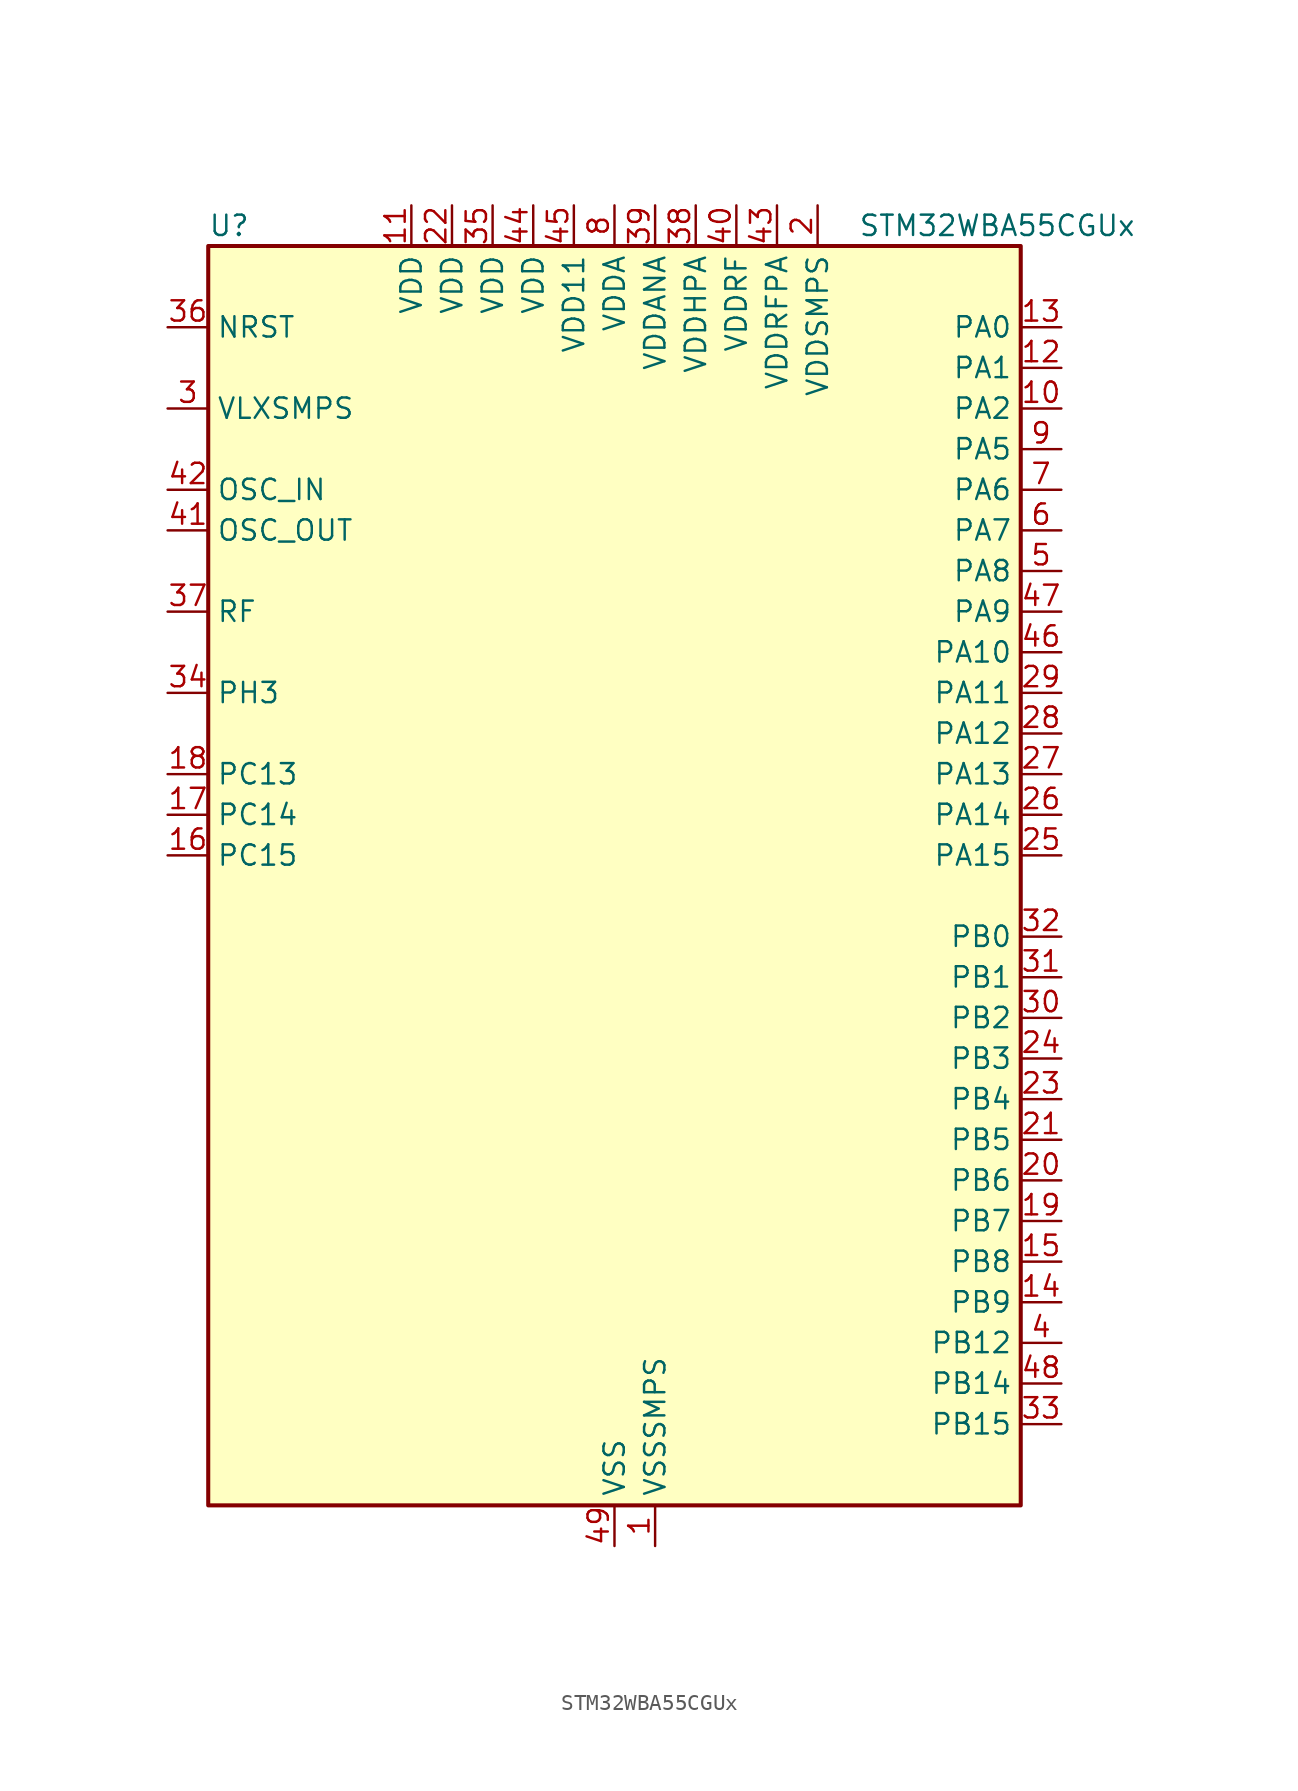
<source format=kicad_sym>
(kicad_symbol_lib
  (version 20231120)
  (generator "kicad-library-utils")
  (generator_version "8.0")
  (symbol "STM32WBA55CGUx"
    (property "Reference" "U"
      (at -25.4 41.91 0)
      (effects (font (size 1.27 1.27)) (justify left)))
    (property "Value" "STM32WBA55CGUx"
      (at 15.24 41.91 0)
      (effects (font (size 1.27 1.27)) (justify left)))
    (symbol "STM32WBA55CGUx_0_1"
      (rectangle (start -25.4 -38.1) (end 25.4 40.64) (stroke (width 0.254) (type default)) (fill (type background))))
    (symbol "STM32WBA55CGUx_1_1"
      (pin power_in line (at 2.54 -40.64 90) (length 2.54) (name "VSSSMPS" (effects (font (size 1.27 1.27)))) (number "1" (effects (font (size 1.27 1.27)))))
      (pin bidirectional line (at 27.94 30.48 180) (length 2.54) (name "PA2" (effects (font (size 1.27 1.27)))) (number "10" (effects (font (size 1.27 1.27)))) (alternate "ADC4_IN7" bidirectional line) (alternate "COMP1_INP" bidirectional line) (alternate "LPUART1_TX" bidirectional line) (alternate "PWR_WKUP4" bidirectional line) (alternate "RCC_LSCO" bidirectional line) (alternate "SAI1_D1" bidirectional line) (alternate "TIM16_CH1" bidirectional line) (alternate "TIM1_BKIN" bidirectional line) (alternate "TIM3_CH1" bidirectional line) (alternate "TSC_G4_IO4" bidirectional line) (alternate "USART1_DE" bidirectional line) (alternate "USART1_RTS" bidirectional line))
      (pin power_in line (at -12.7 43.18 270) (length 2.54) (name "VDD" (effects (font (size 1.27 1.27)))) (number "11" (effects (font (size 1.27 1.27)))))
      (pin bidirectional line (at 27.94 33.02 180) (length 2.54) (name "PA1" (effects (font (size 1.27 1.27)))) (number "12" (effects (font (size 1.27 1.27)))) (alternate "ADC4_IN8" bidirectional line) (alternate "COMP1_INM" bidirectional line) (alternate "LPTIM2_CH2" bidirectional line) (alternate "LPUART1_RX" bidirectional line) (alternate "PWR_WKUP3" bidirectional line) (alternate "SAI1_CK1" bidirectional line) (alternate "SPI1_RDY" bidirectional line) (alternate "TIM17_CH1" bidirectional line) (alternate "TIM1_CH1N" bidirectional line) (alternate "TIM3_CH2" bidirectional line) (alternate "TSC_G2_IO1" bidirectional line) (alternate "USART1_CK" bidirectional line))
      (pin bidirectional line (at 27.94 35.56 180) (length 2.54) (name "PA0" (effects (font (size 1.27 1.27)))) (number "13" (effects (font (size 1.27 1.27)))) (alternate "ADC4_IN9" bidirectional line) (alternate "COMP2_INP" bidirectional line) (alternate "LPTIM1_IN1" bidirectional line) (alternate "LPUART1_CTS" bidirectional line) (alternate "PWR_WKUP1" bidirectional line) (alternate "SPI3_SCK" bidirectional line) (alternate "TIM1_CH2N" bidirectional line) (alternate "TIM3_CH3" bidirectional line) (alternate "TIM3_ETR" bidirectional line) (alternate "TSC_G2_IO2" bidirectional line))
      (pin bidirectional line (at 27.94 -25.4 180) (length 2.54) (name "PB9" (effects (font (size 1.27 1.27)))) (number "14" (effects (font (size 1.27 1.27)))) (alternate "ADC4_IN10" bidirectional line) (alternate "COMP2_INM" bidirectional line) (alternate "IR_OUT" bidirectional line) (alternate "LPTIM2_IN1" bidirectional line) (alternate "LPUART1_DE" bidirectional line) (alternate "LPUART1_RTS" bidirectional line) (alternate "PWR_WKUP8" bidirectional line) (alternate "SPI3_MISO" bidirectional line) (alternate "TIM16_CH1" bidirectional line) (alternate "TIM1_CH3N" bidirectional line) (alternate "TIM3_CH4" bidirectional line) (alternate "TSC_G2_IO3" bidirectional line))
      (pin bidirectional line (at 27.94 -22.86 180) (length 2.54) (name "PB8" (effects (font (size 1.27 1.27)))) (number "15" (effects (font (size 1.27 1.27)))) (alternate "COMP1_OUT" bidirectional line) (alternate "LPTIM1_ETR" bidirectional line) (alternate "PWR_PVD_IN" bidirectional line) (alternate "SPI3_MOSI" bidirectional line) (alternate "TIM16_CH1N" bidirectional line) (alternate "TIM1_CH1" bidirectional line) (alternate "TIM3_ETR" bidirectional line) (alternate "TSC_G2_IO4" bidirectional line) (alternate "USART2_RX" bidirectional line))
      (pin bidirectional line (at -27.94 2.54 0) (length 2.54) (name "PC15" (effects (font (size 1.27 1.27)))) (number "16" (effects (font (size 1.27 1.27)))) (alternate "ADC4_EXTI15" bidirectional line) (alternate "RCC_OSC32_OUT" bidirectional line))
      (pin bidirectional line (at -27.94 5.08 0) (length 2.54) (name "PC14" (effects (font (size 1.27 1.27)))) (number "17" (effects (font (size 1.27 1.27)))) (alternate "RCC_OSC32_IN" bidirectional line))
      (pin bidirectional line (at -27.94 7.62 0) (length 2.54) (name "PC13" (effects (font (size 1.27 1.27)))) (number "18" (effects (font (size 1.27 1.27)))) (alternate "PWR_WKUP2" bidirectional line) (alternate "RTC_OUT1" bidirectional line) (alternate "RTC_TS" bidirectional line) (alternate "TAMP_IN4" bidirectional line) (alternate "TAMP_OUT5" bidirectional line) (alternate "TIM1_BKIN2" bidirectional line) (alternate "TSC_G5_IO1" bidirectional line))
      (pin bidirectional line (at 27.94 -20.32 180) (length 2.54) (name "PB7" (effects (font (size 1.27 1.27)))) (number "19" (effects (font (size 1.27 1.27)))) (alternate "PWR_WKUP5" bidirectional line) (alternate "SAI1_SD_B" bidirectional line) (alternate "TAMP_IN5" bidirectional line) (alternate "TAMP_OUT4" bidirectional line) (alternate "TIM1_CH4N" bidirectional line) (alternate "TSC_G5_IO2" bidirectional line))
      (pin power_in line (at 12.7 43.18 270) (length 2.54) (name "VDDSMPS" (effects (font (size 1.27 1.27)))) (number "2" (effects (font (size 1.27 1.27)))))
      (pin bidirectional line (at 27.94 -17.78 180) (length 2.54) (name "PB6" (effects (font (size 1.27 1.27)))) (number "20" (effects (font (size 1.27 1.27)))) (alternate "PWR_WKUP3" bidirectional line) (alternate "SAI1_SCK_B" bidirectional line) (alternate "TIM2_CH1" bidirectional line) (alternate "TIM2_ETR" bidirectional line) (alternate "TSC_G5_IO3" bidirectional line))
      (pin bidirectional line (at 27.94 -15.24 180) (length 2.54) (name "PB5" (effects (font (size 1.27 1.27)))) (number "21" (effects (font (size 1.27 1.27)))) (alternate "LPUART1_TX" bidirectional line) (alternate "SAI1_D2" bidirectional line) (alternate "SAI1_FS_B" bidirectional line) (alternate "TIM3_CH1" bidirectional line) (alternate "TSC_G5_IO4" bidirectional line))
      (pin power_in line (at -10.16 43.18 270) (length 2.54) (name "VDD" (effects (font (size 1.27 1.27)))) (number "22" (effects (font (size 1.27 1.27)))))
      (pin bidirectional line (at 27.94 -12.7 180) (length 2.54) (name "PB4" (effects (font (size 1.27 1.27)))) (number "23" (effects (font (size 1.27 1.27)))) (alternate "DEBUG_JTRST" bidirectional line) (alternate "LPTIM2_IN2" bidirectional line) (alternate "PTA_ACTIVE" bidirectional line) (alternate "PTA_PRIORITY" bidirectional line) (alternate "SAI1_MCLK_B" bidirectional line) (alternate "SPI1_SCK" bidirectional line) (alternate "TIM17_CH1" bidirectional line) (alternate "TIM1_CH3" bidirectional line) (alternate "TSC_G3_IO1" bidirectional line) (alternate "USART2_RX" bidirectional line))
      (pin bidirectional line (at 27.94 -10.16 180) (length 2.54) (name "PB3" (effects (font (size 1.27 1.27)))) (number "24" (effects (font (size 1.27 1.27)))) (alternate "DEBUG_JTDO-SWO" bidirectional line) (alternate "I2C1_SDA" bidirectional line) (alternate "LPTIM1_IN2" bidirectional line) (alternate "PTA_ACTIVE" bidirectional line) (alternate "SPI1_MISO" bidirectional line) (alternate "TIM17_CH1N" bidirectional line) (alternate "TIM1_CH4" bidirectional line) (alternate "TSC_G3_IO2" bidirectional line) (alternate "USART2_CK" bidirectional line))
      (pin bidirectional line (at 27.94 2.54 180) (length 2.54) (name "PA15" (effects (font (size 1.27 1.27)))) (number "25" (effects (font (size 1.27 1.27)))) (alternate "ADC4_EXTI15" bidirectional line) (alternate "DEBUG_JTDI" bidirectional line) (alternate "I2C1_SCL" bidirectional line) (alternate "LPTIM1_CH2" bidirectional line) (alternate "PTA_STATUS" bidirectional line) (alternate "SPI1_MOSI" bidirectional line) (alternate "TIM17_BKIN" bidirectional line) (alternate "TIM1_ETR" bidirectional line) (alternate "TSC_G3_IO3" bidirectional line) (alternate "USART2_DE" bidirectional line) (alternate "USART2_RTS" bidirectional line))
      (pin bidirectional line (at 27.94 5.08 180) (length 2.54) (name "PA14" (effects (font (size 1.27 1.27)))) (number "26" (effects (font (size 1.27 1.27)))) (alternate "COMP2_OUT" bidirectional line) (alternate "DEBUG_JTCK-SWCLK" bidirectional line) (alternate "PTA_STATUS" bidirectional line) (alternate "TAMP_IN3" bidirectional line) (alternate "TAMP_OUT6" bidirectional line) (alternate "USART2_TX" bidirectional line))
      (pin bidirectional line (at 27.94 7.62 180) (length 2.54) (name "PA13" (effects (font (size 1.27 1.27)))) (number "27" (effects (font (size 1.27 1.27)))) (alternate "DEBUG_JTMS-SWDIO" bidirectional line) (alternate "IR_OUT" bidirectional line) (alternate "PTA_PRIORITY" bidirectional line))
      (pin bidirectional line (at 27.94 10.16 180) (length 2.54) (name "PA12" (effects (font (size 1.27 1.27)))) (number "28" (effects (font (size 1.27 1.27)))) (alternate "COMP2_OUT" bidirectional line) (alternate "PTA_STATUS" bidirectional line) (alternate "PWR_WKUP6" bidirectional line) (alternate "RF_ANTSW0" bidirectional line) (alternate "SPI1_NSS" bidirectional line) (alternate "TIM1_CH2" bidirectional line) (alternate "TSC_G3_IO4" bidirectional line) (alternate "USART2_TX" bidirectional line))
      (pin bidirectional line (at 27.94 12.7 180) (length 2.54) (name "PA11" (effects (font (size 1.27 1.27)))) (number "29" (effects (font (size 1.27 1.27)))) (alternate "LPTIM2_CH1" bidirectional line) (alternate "RF_ANTSW1" bidirectional line) (alternate "TIM1_CH1" bidirectional line) (alternate "USART2_RX" bidirectional line))
      (pin power_in line (at -27.94 30.48 0) (length 2.54) (name "VLXSMPS" (effects (font (size 1.27 1.27)))) (number "3" (effects (font (size 1.27 1.27)))))
      (pin bidirectional line (at 27.94 -7.62 180) (length 2.54) (name "PB2" (effects (font (size 1.27 1.27)))) (number "30" (effects (font (size 1.27 1.27)))) (alternate "I2C1_SCL" bidirectional line) (alternate "I2C3_SCL" bidirectional line) (alternate "PWR_WKUP1" bidirectional line) (alternate "RF_ANTSW2" bidirectional line) (alternate "RTC_OUT2" bidirectional line) (alternate "TIM1_CH1N" bidirectional line) (alternate "USART2_CTS" bidirectional line))
      (pin bidirectional line (at 27.94 -5.08 180) (length 2.54) (name "PB1" (effects (font (size 1.27 1.27)))) (number "31" (effects (font (size 1.27 1.27)))) (alternate "I2C1_SDA" bidirectional line) (alternate "I2C3_SDA" bidirectional line) (alternate "PWR_WKUP4" bidirectional line) (alternate "TIM1_CH2N" bidirectional line) (alternate "USART2_DE" bidirectional line) (alternate "USART2_RTS" bidirectional line))
      (pin bidirectional line (at 27.94 -2.54 180) (length 2.54) (name "PB0" (effects (font (size 1.27 1.27)))) (number "32" (effects (font (size 1.27 1.27)))) (alternate "LPTIM2_IN2" bidirectional line) (alternate "TIM1_CH3N" bidirectional line) (alternate "USART2_TX" bidirectional line))
      (pin bidirectional line (at 27.94 -33.02 180) (length 2.54) (name "PB15" (effects (font (size 1.27 1.27)))) (number "33" (effects (font (size 1.27 1.27)))) (alternate "ADC4_EXTI15" bidirectional line) (alternate "I2C1_SMBA" bidirectional line) (alternate "I2C3_SMBA" bidirectional line) (alternate "LPUART1_CTS" bidirectional line) (alternate "PTA_GRANT" bidirectional line) (alternate "RF_EXTPABYP" bidirectional line) (alternate "TIM16_BKIN" bidirectional line) (alternate "TIM1_BKIN2" bidirectional line) (alternate "USART2_CTS" bidirectional line))
      (pin bidirectional line (at -27.94 12.7 0) (length 2.54) (name "PH3" (effects (font (size 1.27 1.27)))) (number "34" (effects (font (size 1.27 1.27)))) (alternate "PTA_GRANT" bidirectional line) (alternate "RF_EXTPABYP" bidirectional line) (alternate "TAMP_IN2" bidirectional line) (alternate "TAMP_OUT1" bidirectional line))
      (pin power_in line (at -7.62 43.18 270) (length 2.54) (name "VDD" (effects (font (size 1.27 1.27)))) (number "35" (effects (font (size 1.27 1.27)))))
      (pin input line (at -27.94 35.56 0) (length 2.54) (name "NRST" (effects (font (size 1.27 1.27)))) (number "36" (effects (font (size 1.27 1.27)))))
      (pin bidirectional line (at -27.94 17.78 0) (length 2.54) (name "RF" (effects (font (size 1.27 1.27)))) (number "37" (effects (font (size 1.27 1.27)))))
      (pin power_in line (at 5.08 43.18 270) (length 2.54) (name "VDDHPA" (effects (font (size 1.27 1.27)))) (number "38" (effects (font (size 1.27 1.27)))))
      (pin power_in line (at 2.54 43.18 270) (length 2.54) (name "VDDANA" (effects (font (size 1.27 1.27)))) (number "39" (effects (font (size 1.27 1.27)))))
      (pin bidirectional line (at 27.94 -27.94 180) (length 2.54) (name "PB12" (effects (font (size 1.27 1.27)))) (number "4" (effects (font (size 1.27 1.27)))) (alternate "SAI1_SD_A" bidirectional line) (alternate "SPI1_RDY" bidirectional line) (alternate "TIM2_CH1" bidirectional line) (alternate "TIM2_ETR" bidirectional line) (alternate "TIM3_ETR" bidirectional line) (alternate "TSC_SYNC" bidirectional line) (alternate "USART1_TX" bidirectional line))
      (pin power_in line (at 7.62 43.18 270) (length 2.54) (name "VDDRF" (effects (font (size 1.27 1.27)))) (number "40" (effects (font (size 1.27 1.27)))))
      (pin input line (at -27.94 22.86 0) (length 2.54) (name "OSC_OUT" (effects (font (size 1.27 1.27)))) (number "41" (effects (font (size 1.27 1.27)))) (alternate "RCC_OSC_OUT" bidirectional line))
      (pin input line (at -27.94 25.4 0) (length 2.54) (name "OSC_IN" (effects (font (size 1.27 1.27)))) (number "42" (effects (font (size 1.27 1.27)))) (alternate "RCC_OSC_IN" bidirectional line))
      (pin power_in line (at 10.16 43.18 270) (length 2.54) (name "VDDRFPA" (effects (font (size 1.27 1.27)))) (number "43" (effects (font (size 1.27 1.27)))))
      (pin power_in line (at -5.08 43.18 270) (length 2.54) (name "VDD" (effects (font (size 1.27 1.27)))) (number "44" (effects (font (size 1.27 1.27)))))
      (pin power_in line (at -2.54 43.18 270) (length 2.54) (name "VDD11" (effects (font (size 1.27 1.27)))) (number "45" (effects (font (size 1.27 1.27)))))
      (pin bidirectional line (at 27.94 15.24 180) (length 2.54) (name "PA10" (effects (font (size 1.27 1.27)))) (number "46" (effects (font (size 1.27 1.27)))) (alternate "LPUART1_RX" bidirectional line) (alternate "SAI1_D1" bidirectional line) (alternate "TIM3_CH1" bidirectional line))
      (pin bidirectional line (at 27.94 17.78 180) (length 2.54) (name "PA9" (effects (font (size 1.27 1.27)))) (number "47" (effects (font (size 1.27 1.27)))) (alternate "LPUART1_DE" bidirectional line) (alternate "LPUART1_RTS" bidirectional line) (alternate "SAI1_CK1" bidirectional line) (alternate "TIM3_CH2" bidirectional line))
      (pin bidirectional line (at 27.94 -30.48 180) (length 2.54) (name "PB14" (effects (font (size 1.27 1.27)))) (number "48" (effects (font (size 1.27 1.27)))) (alternate "PWR_WKUP7" bidirectional line) (alternate "RTC_REFIN" bidirectional line) (alternate "SAI1_SD_A" bidirectional line) (alternate "TIM3_CH3" bidirectional line) (alternate "TSC_G6_IO1" bidirectional line) (alternate "USART1_TX" bidirectional line))
      (pin power_in line (at 0 -40.64 90) (length 2.54) (name "VSS" (effects (font (size 1.27 1.27)))) (number "49" (effects (font (size 1.27 1.27)))))
      (pin bidirectional line (at 27.94 20.32 180) (length 2.54) (name "PA8" (effects (font (size 1.27 1.27)))) (number "5" (effects (font (size 1.27 1.27)))) (alternate "ADC4_IN1" bidirectional line) (alternate "LPTIM1_CH2" bidirectional line) (alternate "RCC_MCO" bidirectional line) (alternate "SAI1_FS_A" bidirectional line) (alternate "SPI3_RDY" bidirectional line) (alternate "TIM2_CH2" bidirectional line) (alternate "TSC_G1_IO1" bidirectional line) (alternate "USART1_RX" bidirectional line))
      (pin bidirectional line (at 27.94 22.86 180) (length 2.54) (name "PA7" (effects (font (size 1.27 1.27)))) (number "6" (effects (font (size 1.27 1.27)))) (alternate "ADC4_IN2" bidirectional line) (alternate "COMP1_OUT" bidirectional line) (alternate "I2C3_SDA" bidirectional line) (alternate "PWR_WKUP8" bidirectional line) (alternate "SAI1_SCK_A" bidirectional line) (alternate "TAMP_IN1" bidirectional line) (alternate "TAMP_OUT2" bidirectional line) (alternate "TIM2_CH3" bidirectional line) (alternate "TSC_G1_IO2" bidirectional line) (alternate "USART1_CTS" bidirectional line))
      (pin bidirectional line (at 27.94 25.4 180) (length 2.54) (name "PA6" (effects (font (size 1.27 1.27)))) (number "7" (effects (font (size 1.27 1.27)))) (alternate "ADC4_IN3" bidirectional line) (alternate "I2C3_SCL" bidirectional line) (alternate "PWR_CSTOP" bidirectional line) (alternate "PWR_WKUP7" bidirectional line) (alternate "SAI1_CK2" bidirectional line) (alternate "SAI1_MCLK_A" bidirectional line) (alternate "SPI3_RDY" bidirectional line) (alternate "TIM2_CH4" bidirectional line) (alternate "TSC_G1_IO3" bidirectional line) (alternate "USART1_DE" bidirectional line) (alternate "USART1_RTS" bidirectional line))
      (pin power_in line (at 0 43.18 270) (length 2.54) (name "VDDA" (effects (font (size 1.27 1.27)))) (number "8" (effects (font (size 1.27 1.27)))))
      (pin bidirectional line (at 27.94 27.94 180) (length 2.54) (name "PA5" (effects (font (size 1.27 1.27)))) (number "9" (effects (font (size 1.27 1.27)))) (alternate "ADC4_IN4" bidirectional line) (alternate "AUDIOCLK" bidirectional line) (alternate "LPTIM2_ETR" bidirectional line) (alternate "PWR_CSLEEP" bidirectional line) (alternate "PWR_WKUP6" bidirectional line) (alternate "SAI1_D2" bidirectional line) (alternate "SPI3_NSS" bidirectional line) (alternate "TIM2_CH1" bidirectional line) (alternate "TIM2_ETR" bidirectional line) (alternate "TSC_G1_IO4" bidirectional line) (alternate "USART1_CK" bidirectional line)))))
</source>
